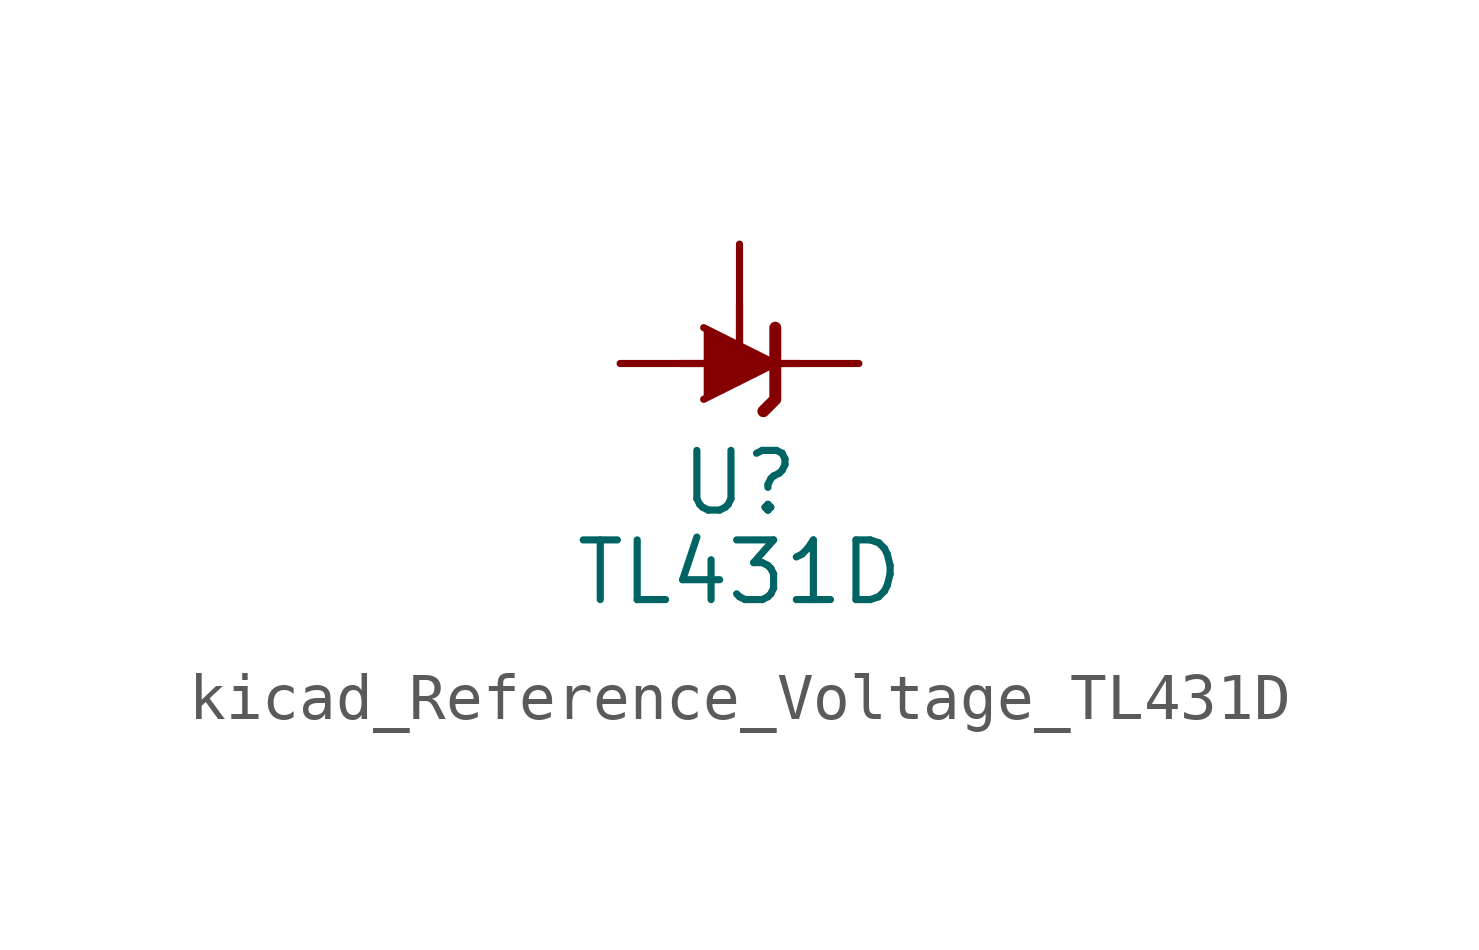
<source format=kicad_sym>
(kicad_symbol_lib
  (version 20220914)
  (generator kicad_symbol_editor)
  (symbol "kicad_Reference_Voltage_TL431D"
    (pin_numbers hide)
    (pin_names hide)
    (property "Reference" "U"
      (at 0 -2.54 0)
      (effects (font (size 1.27 1.27))))
    (property "Value" "TL431D"
      (at 0 -4.445 0)
      (effects (font (size 1.27 1.27))))
    (symbol "kicad_Reference_Voltage_TL431D_0_1"
      (polyline (pts (xy -1.27 0) (xy 0 0) (xy 1.27 0)) (stroke (width 0) (type default)) (fill (type none)))
      (polyline (pts (xy -0.762 0.762) (xy 0.762 0) (xy -0.762 -0.762)) (stroke (width 0) (type default)) (fill (type outline)))
      (polyline (pts (xy 0.508 -1.016) (xy 0.762 -0.762) (xy 0.762 0.762) (xy 0.762 0.762)) (stroke (width 0.254) (type default)) (fill (type none))))
    (symbol "kicad_Reference_Voltage_TL431D_1_1"
      (polyline (pts (xy 0 1.27) (xy 0 0)) (stroke (width 0) (type default)) (fill (type none)))
      (pin passive line (at 2.54 0 180) (length 2.54) (name "K" (effects (font (size 1.27 1.27)))) (number "1" (effects (font (size 1.27 1.27)))))
      (pin passive line (at -2.54 0 0) (length 2.54) (name "A" (effects (font (size 1.27 1.27)))) (number "2" (effects (font (size 1.27 1.27)))))
      (pin passive line (at -2.54 0 0) (length 2.54) hide (name "A" (effects (font (size 1.27 1.27)))) (number "3" (effects (font (size 1.27 1.27)))))
      (pin passive line (at -2.54 0 0) (length 2.54) hide (name "A" (effects (font (size 1.27 1.27)))) (number "6" (effects (font (size 1.27 1.27)))))
      (pin passive line (at -2.54 0 0) (length 2.54) hide (name "A" (effects (font (size 1.27 1.27)))) (number "7" (effects (font (size 1.27 1.27)))))
      (pin passive line (at 0 2.54 270) (length 2.54) (name "REF" (effects (font (size 1.27 1.27)))) (number "8" (effects (font (size 1.27 1.27))))))))
</source>
